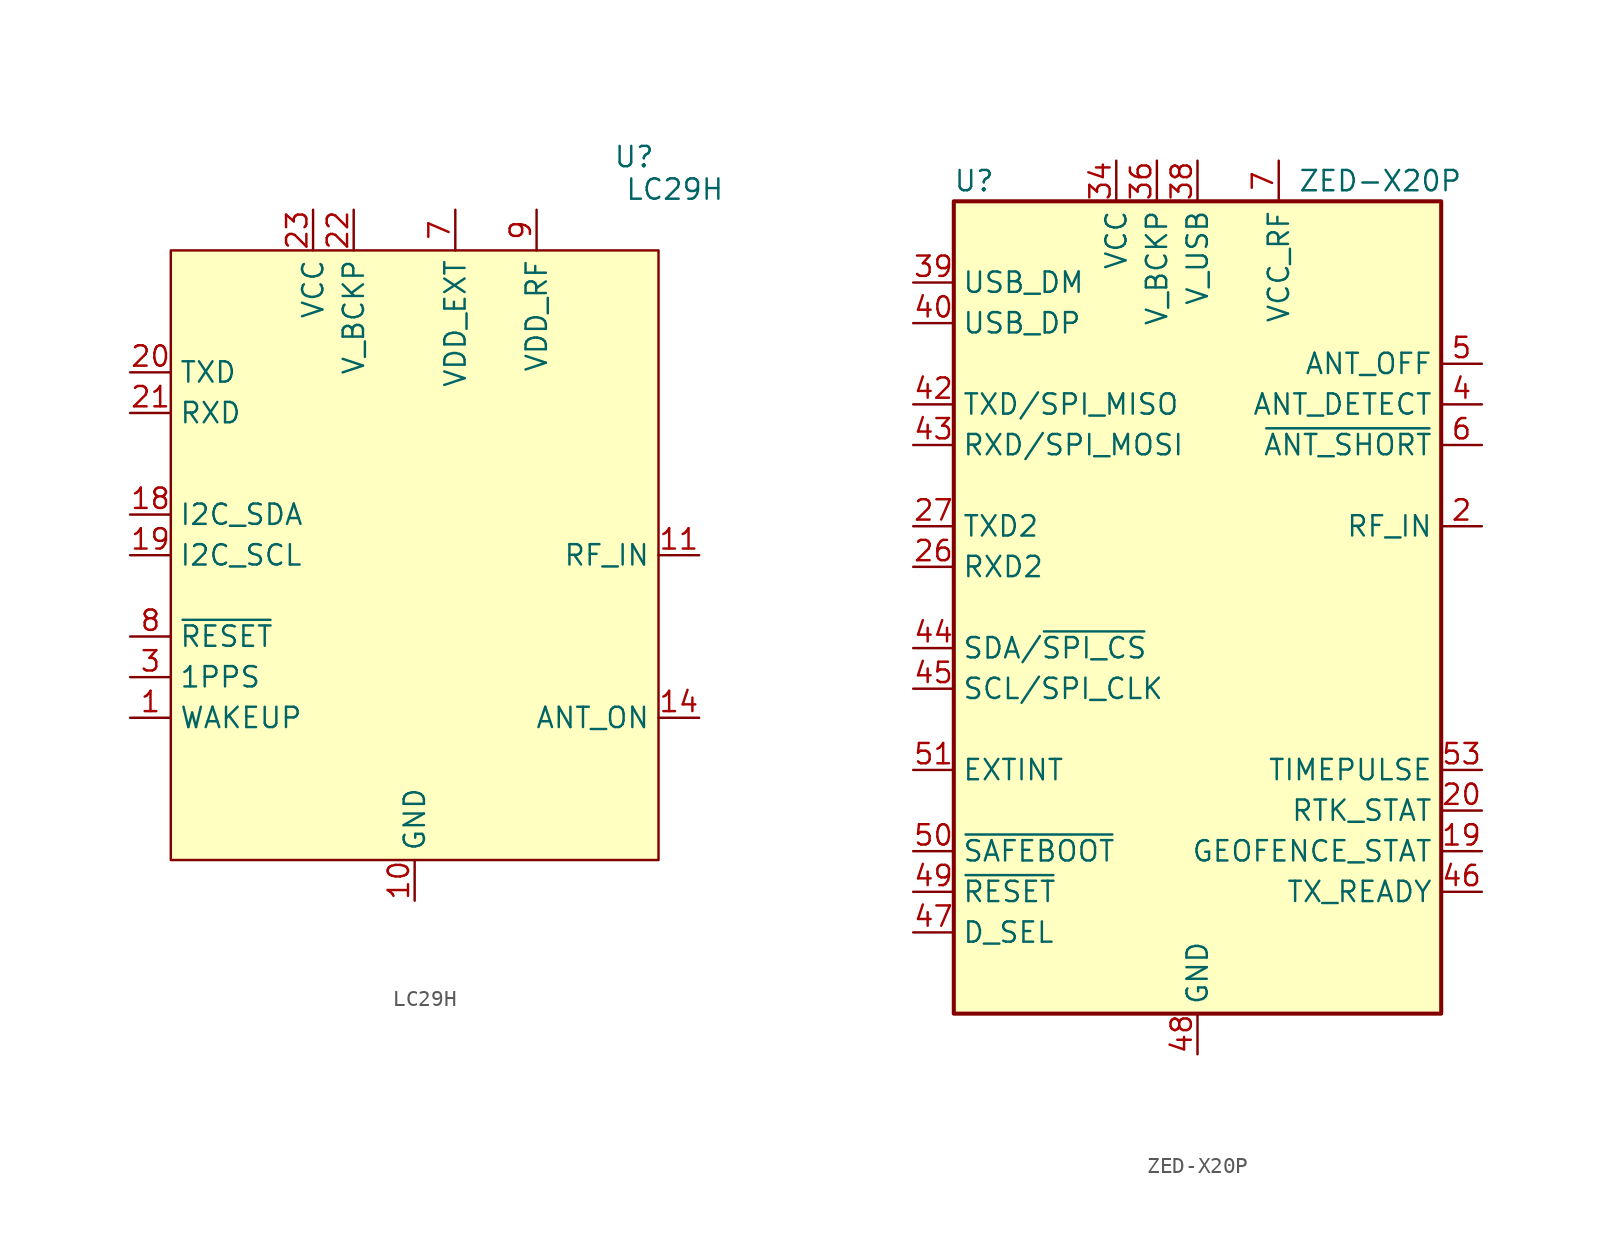
<source format=kicad_sym>
(kicad_symbol_lib
  (version 20241209)
  (generator "kicad_symbol_editor")
  (generator_version "9.0")
  (symbol "LC29H"
    (property "Reference" "U"
      (at 13.716 24.892 0)
      (effects (font (size 1.27 1.27))))
    (property "Value" "LC29H"
      (at 16.256 22.86 0)
      (effects (font (size 1.27 1.27))))
    (symbol "LC29H_0_0"
      (pin output line (at -17.78 11.43 0) (length 2.54) (name "TXD" (effects (font (size 1.27 1.27)))) (number "20" (effects (font (size 1.27 1.27)))))
      (pin input line (at -17.78 8.89 0) (length 2.54) (name "RXD" (effects (font (size 1.27 1.27)))) (number "21" (effects (font (size 1.27 1.27)))))
      (pin bidirectional line (at -17.78 2.54 0) (length 2.54) (name "I2C_SDA" (effects (font (size 1.27 1.27)))) (number "18" (effects (font (size 1.27 1.27)))))
      (pin input line (at -17.78 0 0) (length 2.54) (name "I2C_SCL" (effects (font (size 1.27 1.27)))) (number "19" (effects (font (size 1.27 1.27)))))
      (pin input line (at -17.78 -5.08 0) (length 2.54) (name "~{RESET}" (effects (font (size 1.27 1.27)))) (number "8" (effects (font (size 1.27 1.27)))))
      (pin output line (at -17.78 -7.62 0) (length 2.54) (name "1PPS" (effects (font (size 1.27 1.27)))) (number "3" (effects (font (size 1.27 1.27)))))
      (pin power_in line (at -6.35 21.59 270) (length 2.54) (name "VCC" (effects (font (size 1.27 1.27)))) (number "23" (effects (font (size 1.27 1.27)))))
      (pin power_in line (at -3.81 21.59 270) (length 2.54) (name "V_BCKP" (effects (font (size 1.27 1.27)))) (number "22" (effects (font (size 1.27 1.27)))))
      (pin power_in line (at 0 -21.59 90) (length 2.54) (name "GND" (effects (font (size 1.27 1.27)))) (number "10" (effects (font (size 1.27 1.27)))))
      (pin power_out line (at 2.54 21.59 270) (length 2.54) (name "VDD_EXT" (effects (font (size 1.27 1.27)))) (number "7" (effects (font (size 1.27 1.27)))))
      (pin power_out line (at 7.62 21.59 270) (length 2.54) (name "VDD_RF" (effects (font (size 1.27 1.27)))) (number "9" (effects (font (size 1.27 1.27)))))
      (pin input line (at 17.78 0 180) (length 2.54) (name "RF_IN" (effects (font (size 1.27 1.27)))) (number "11" (effects (font (size 1.27 1.27)))))
      (pin output line (at 17.78 -10.16 180) (length 2.54) (name "ANT_ON" (effects (font (size 1.27 1.27)))) (number "14" (effects (font (size 1.27 1.27))))))
    (symbol "LC29H_1_0"
      (pin input line (at -17.78 -10.16 0) (length 2.54) (name "WAKEUP" (effects (font (size 1.27 1.27)))) (number "1" (effects (font (size 1.27 1.27)))))
      (pin power_in line (at 0 -21.59 90) (length 2.54) (hide yes) (name "GND" (effects (font (size 1.27 1.27)))) (number "12" (effects (font (size 1.27 1.27)))))
      (pin power_in line (at 0 -21.59 90) (length 2.54) (hide yes) (name "GND" (effects (font (size 1.27 1.27)))) (number "13" (effects (font (size 1.27 1.27)))))
      (pin power_in line (at 0 -21.59 90) (length 2.54) (hide yes) (name "GND" (effects (font (size 1.27 1.27)))) (number "24" (effects (font (size 1.27 1.27)))))
      (pin no_connect line (at 5.08 -21.59 90) (length 2.54) (hide yes) (name "RESERVED" (effects (font (size 1.27 1.27)))) (number "15" (effects (font (size 1.27 1.27)))))
      (pin no_connect line (at 5.08 -21.59 90) (length 2.54) (hide yes) (name "RESERVED" (effects (font (size 1.27 1.27)))) (number "16" (effects (font (size 1.27 1.27)))))
      (pin no_connect line (at 5.08 -21.59 90) (length 2.54) (hide yes) (name "RESERVED" (effects (font (size 1.27 1.27)))) (number "17" (effects (font (size 1.27 1.27)))))
      (pin no_connect line (at 5.08 -21.59 90) (length 2.54) (hide yes) (name "RESERVED" (effects (font (size 1.27 1.27)))) (number "2" (effects (font (size 1.27 1.27)))))
      (pin no_connect line (at 5.08 -21.59 90) (length 2.54) (hide yes) (name "RESERVED" (effects (font (size 1.27 1.27)))) (number "4" (effects (font (size 1.27 1.27)))))
      (pin no_connect line (at 5.08 -21.59 90) (length 2.54) (hide yes) (name "RESERVED" (effects (font (size 1.27 1.27)))) (number "5" (effects (font (size 1.27 1.27)))))
      (pin no_connect line (at 5.08 -21.59 90) (length 2.54) (hide yes) (name "RESERVED" (effects (font (size 1.27 1.27)))) (number "6" (effects (font (size 1.27 1.27))))))
    (symbol "LC29H_1_1"
      (rectangle (start -15.24 19.05) (end 15.24 -19.05) (stroke (width 0) (type solid)) (fill (type background)))))
  (symbol "ZED-X20P"
    (property "Reference" "U"
      (at -13.97 26.67 0)
      (effects (font (size 1.27 1.27))))
    (property "Value" "ZED-X20P"
      (at 11.43 26.67 0)
      (effects (font (size 1.27 1.27))))
    (symbol "ZED-X20P_0_1"
      (rectangle (start -15.24 25.4) (end 15.24 -25.4) (stroke (width 0.254) (type default)) (fill (type background))))
    (symbol "ZED-X20P_1_1"
      (pin bidirectional line (at -17.78 20.32 0) (length 2.54) (name "USB_DM" (effects (font (size 1.27 1.27)))) (number "39" (effects (font (size 1.27 1.27)))))
      (pin bidirectional line (at -17.78 17.78 0) (length 2.54) (name "USB_DP" (effects (font (size 1.27 1.27)))) (number "40" (effects (font (size 1.27 1.27)))))
      (pin output line (at -17.78 12.7 0) (length 2.54) (name "TXD/SPI_MISO" (effects (font (size 1.27 1.27)))) (number "42" (effects (font (size 1.27 1.27)))))
      (pin input line (at -17.78 10.16 0) (length 2.54) (name "RXD/SPI_MOSI" (effects (font (size 1.27 1.27)))) (number "43" (effects (font (size 1.27 1.27)))))
      (pin output line (at -17.78 5.08 0) (length 2.54) (name "TXD2" (effects (font (size 1.27 1.27)))) (number "27" (effects (font (size 1.27 1.27)))))
      (pin input line (at -17.78 2.54 0) (length 2.54) (name "RXD2" (effects (font (size 1.27 1.27)))) (number "26" (effects (font (size 1.27 1.27)))))
      (pin bidirectional line (at -17.78 -2.54 0) (length 2.54) (name "SDA/~{SPI_CS}" (effects (font (size 1.27 1.27)))) (number "44" (effects (font (size 1.27 1.27)))))
      (pin bidirectional line (at -17.78 -5.08 0) (length 2.54) (name "SCL/SPI_CLK" (effects (font (size 1.27 1.27)))) (number "45" (effects (font (size 1.27 1.27)))))
      (pin input line (at -17.78 -10.16 0) (length 2.54) (name "EXTINT" (effects (font (size 1.27 1.27)))) (number "51" (effects (font (size 1.27 1.27)))))
      (pin input line (at -17.78 -15.24 0) (length 2.54) (name "~{SAFEBOOT}" (effects (font (size 1.27 1.27)))) (number "50" (effects (font (size 1.27 1.27)))))
      (pin input line (at -17.78 -17.78 0) (length 2.54) (name "~{RESET}" (effects (font (size 1.27 1.27)))) (number "49" (effects (font (size 1.27 1.27)))))
      (pin input line (at -17.78 -20.32 0) (length 2.54) (name "D_SEL" (effects (font (size 1.27 1.27)))) (number "47" (effects (font (size 1.27 1.27)))))
      (pin no_connect line (at -15.24 22.86 0) (length 2.54) (hide yes) (name "Reserved" (effects (font (size 1.27 1.27)))) (number "8" (effects (font (size 1.27 1.27)))))
      (pin no_connect line (at -15.24 15.24 0) (length 2.54) (hide yes) (name "Reserved" (effects (font (size 1.27 1.27)))) (number "9" (effects (font (size 1.27 1.27)))))
      (pin no_connect line (at -15.24 7.62 0) (length 2.54) (hide yes) (name "Reserved" (effects (font (size 1.27 1.27)))) (number "10" (effects (font (size 1.27 1.27)))))
      (pin no_connect line (at -15.24 0 0) (length 2.54) (hide yes) (name "Reserved" (effects (font (size 1.27 1.27)))) (number "11" (effects (font (size 1.27 1.27)))))
      (pin no_connect line (at -15.24 -7.62 0) (length 2.54) (hide yes) (name "Reserved" (effects (font (size 1.27 1.27)))) (number "13" (effects (font (size 1.27 1.27)))))
      (pin no_connect line (at -15.24 -12.7 0) (length 2.54) (hide yes) (name "Reserved" (effects (font (size 1.27 1.27)))) (number "15" (effects (font (size 1.27 1.27)))))
      (pin no_connect line (at -7.62 -25.4 90) (length 2.54) (hide yes) (name "Reserved" (effects (font (size 1.27 1.27)))) (number "16" (effects (font (size 1.27 1.27)))))
      (pin passive line (at -5.08 27.94 270) (length 2.54) (hide yes) (name "VCC" (effects (font (size 1.27 1.27)))) (number "33" (effects (font (size 1.27 1.27)))))
      (pin power_in line (at -5.08 27.94 270) (length 2.54) (name "VCC" (effects (font (size 1.27 1.27)))) (number "34" (effects (font (size 1.27 1.27)))))
      (pin no_connect line (at -5.08 -25.4 90) (length 2.54) (hide yes) (name "Reserved" (effects (font (size 1.27 1.27)))) (number "17" (effects (font (size 1.27 1.27)))))
      (pin power_in line (at -2.54 27.94 270) (length 2.54) (name "V_BCKP" (effects (font (size 1.27 1.27)))) (number "36" (effects (font (size 1.27 1.27)))))
      (pin no_connect line (at -2.54 -25.4 90) (length 2.54) (hide yes) (name "Reserved" (effects (font (size 1.27 1.27)))) (number "18" (effects (font (size 1.27 1.27)))))
      (pin power_in line (at 0 27.94 270) (length 2.54) (name "V_USB" (effects (font (size 1.27 1.27)))) (number "38" (effects (font (size 1.27 1.27)))))
      (pin passive line (at 0 -27.94 90) (length 2.54) (hide yes) (name "GND" (effects (font (size 1.27 1.27)))) (number "1" (effects (font (size 1.27 1.27)))))
      (pin passive line (at 0 -27.94 90) (length 2.54) (hide yes) (name "GND" (effects (font (size 1.27 1.27)))) (number "12" (effects (font (size 1.27 1.27)))))
      (pin passive line (at 0 -27.94 90) (length 2.54) (hide yes) (name "GND" (effects (font (size 1.27 1.27)))) (number "14" (effects (font (size 1.27 1.27)))))
      (pin passive line (at 0 -27.94 90) (length 2.54) (hide yes) (name "GND" (effects (font (size 1.27 1.27)))) (number "3" (effects (font (size 1.27 1.27)))))
      (pin passive line (at 0 -27.94 90) (length 2.54) (hide yes) (name "GND" (effects (font (size 1.27 1.27)))) (number "32" (effects (font (size 1.27 1.27)))))
      (pin passive line (at 0 -27.94 90) (length 2.54) (hide yes) (name "GND" (effects (font (size 1.27 1.27)))) (number "37" (effects (font (size 1.27 1.27)))))
      (pin passive line (at 0 -27.94 90) (length 2.54) (hide yes) (name "GND" (effects (font (size 1.27 1.27)))) (number "41" (effects (font (size 1.27 1.27)))))
      (pin power_in line (at 0 -27.94 90) (length 2.54) (name "GND" (effects (font (size 1.27 1.27)))) (number "48" (effects (font (size 1.27 1.27)))))
      (pin passive line (at 0 -27.94 90) (length 2.54) (hide yes) (name "GND" (effects (font (size 1.27 1.27)))) (number "55" (effects (font (size 1.27 1.27)))))
      (pin no_connect line (at 2.54 -25.4 90) (length 2.54) (hide yes) (name "Reserved" (effects (font (size 1.27 1.27)))) (number "21" (effects (font (size 1.27 1.27)))))
      (pin power_out line (at 5.08 27.94 270) (length 2.54) (name "VCC_RF" (effects (font (size 1.27 1.27)))) (number "7" (effects (font (size 1.27 1.27)))))
      (pin no_connect line (at 5.08 -25.4 90) (length 2.54) (hide yes) (name "Reserved" (effects (font (size 1.27 1.27)))) (number "22" (effects (font (size 1.27 1.27)))))
      (pin no_connect line (at 7.62 -25.4 90) (length 2.54) (hide yes) (name "Reserved" (effects (font (size 1.27 1.27)))) (number "23" (effects (font (size 1.27 1.27)))))
      (pin no_connect line (at 15.24 22.86 180) (length 2.54) (hide yes) (name "Reserved" (effects (font (size 1.27 1.27)))) (number "54" (effects (font (size 1.27 1.27)))))
      (pin no_connect line (at 15.24 20.32 180) (length 2.54) (hide yes) (name "Reserved" (effects (font (size 1.27 1.27)))) (number "52" (effects (font (size 1.27 1.27)))))
      (pin no_connect line (at 15.24 17.78 180) (length 2.54) (hide yes) (name "Reserved" (effects (font (size 1.27 1.27)))) (number "35" (effects (font (size 1.27 1.27)))))
      (pin no_connect line (at 15.24 7.62 180) (length 2.54) (hide yes) (name "Reserved" (effects (font (size 1.27 1.27)))) (number "31" (effects (font (size 1.27 1.27)))))
      (pin no_connect line (at 15.24 2.54 180) (length 2.54) (hide yes) (name "Reserved" (effects (font (size 1.27 1.27)))) (number "30" (effects (font (size 1.27 1.27)))))
      (pin no_connect line (at 15.24 0 180) (length 2.54) (hide yes) (name "Reserved" (effects (font (size 1.27 1.27)))) (number "29" (effects (font (size 1.27 1.27)))))
      (pin no_connect line (at 15.24 -2.54 180) (length 2.54) (hide yes) (name "Reserved" (effects (font (size 1.27 1.27)))) (number "28" (effects (font (size 1.27 1.27)))))
      (pin no_connect line (at 15.24 -5.08 180) (length 2.54) (hide yes) (name "Reserved" (effects (font (size 1.27 1.27)))) (number "25" (effects (font (size 1.27 1.27)))))
      (pin no_connect line (at 15.24 -7.62 180) (length 2.54) (hide yes) (name "Reserved" (effects (font (size 1.27 1.27)))) (number "24" (effects (font (size 1.27 1.27)))))
      (pin output line (at 17.78 15.24 180) (length 2.54) (name "ANT_OFF" (effects (font (size 1.27 1.27)))) (number "5" (effects (font (size 1.27 1.27)))))
      (pin input line (at 17.78 12.7 180) (length 2.54) (name "ANT_DETECT" (effects (font (size 1.27 1.27)))) (number "4" (effects (font (size 1.27 1.27)))))
      (pin input line (at 17.78 10.16 180) (length 2.54) (name "~{ANT_SHORT}" (effects (font (size 1.27 1.27)))) (number "6" (effects (font (size 1.27 1.27)))))
      (pin input line (at 17.78 5.08 180) (length 2.54) (name "RF_IN" (effects (font (size 1.27 1.27)))) (number "2" (effects (font (size 1.27 1.27)))))
      (pin output line (at 17.78 -10.16 180) (length 2.54) (name "TIMEPULSE" (effects (font (size 1.27 1.27)))) (number "53" (effects (font (size 1.27 1.27)))))
      (pin output line (at 17.78 -12.7 180) (length 2.54) (name "RTK_STAT" (effects (font (size 1.27 1.27)))) (number "20" (effects (font (size 1.27 1.27)))))
      (pin output line (at 17.78 -15.24 180) (length 2.54) (name "GEOFENCE_STAT" (effects (font (size 1.27 1.27)))) (number "19" (effects (font (size 1.27 1.27)))))
      (pin output line (at 17.78 -17.78 180) (length 2.54) (name "TX_READY" (effects (font (size 1.27 1.27)))) (number "46" (effects (font (size 1.27 1.27))))))))
</source>
